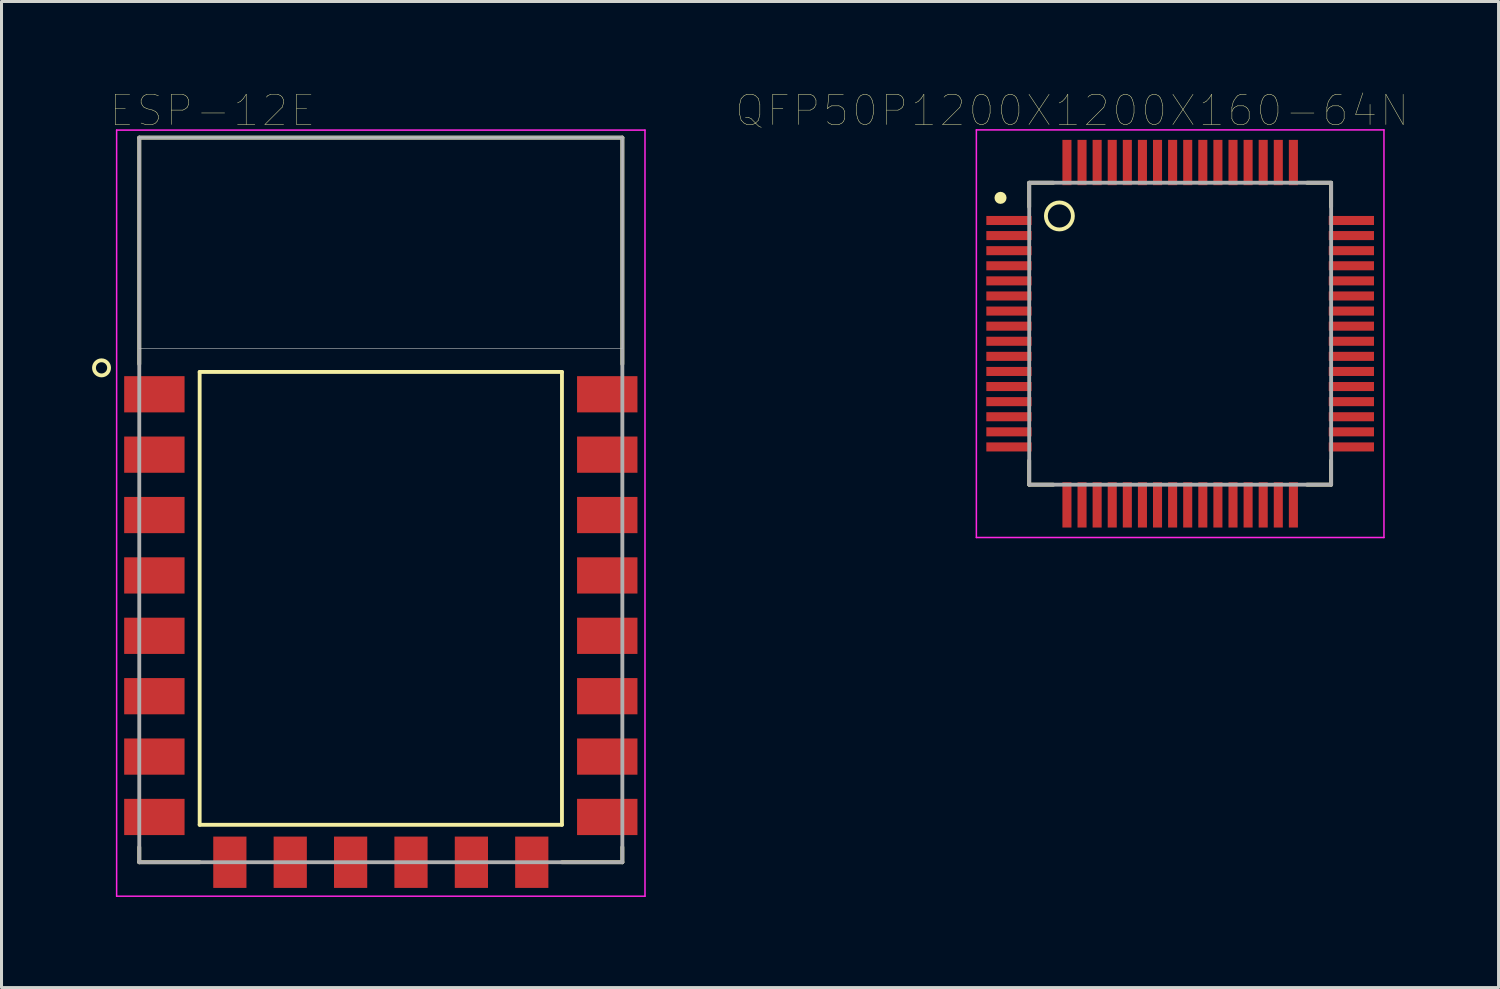
<source format=kicad_pcb>
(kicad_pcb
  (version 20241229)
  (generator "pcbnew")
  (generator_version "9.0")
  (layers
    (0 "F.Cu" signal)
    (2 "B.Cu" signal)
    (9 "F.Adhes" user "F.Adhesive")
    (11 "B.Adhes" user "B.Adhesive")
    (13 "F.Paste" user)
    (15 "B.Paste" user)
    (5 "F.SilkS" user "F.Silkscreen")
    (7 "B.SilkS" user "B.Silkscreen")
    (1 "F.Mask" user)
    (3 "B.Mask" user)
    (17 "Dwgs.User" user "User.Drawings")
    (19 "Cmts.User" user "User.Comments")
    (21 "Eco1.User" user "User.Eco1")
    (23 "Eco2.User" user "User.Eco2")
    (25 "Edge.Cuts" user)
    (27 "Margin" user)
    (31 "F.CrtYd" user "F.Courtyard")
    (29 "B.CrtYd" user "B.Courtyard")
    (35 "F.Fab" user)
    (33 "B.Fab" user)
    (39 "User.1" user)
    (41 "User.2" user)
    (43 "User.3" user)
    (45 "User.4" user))
  (footprint "QFP50P1200X1200X160-64N"
    (layer "F.Cu")
    (at 36.039 8.003)
    (property "Reference" "QFP50P1200X1200X160-64N" (at -3.578 -7.391 0) (layer "F.SilkS") (effects (font (size 1.001 1.001) (thickness 0.015))))
    (attr through_hole)
    (fp_line (start -5 -5) (end -5 -4.2) (stroke (width 0.127) (type solid)) (layer "F.SilkS"))
    (fp_line (start -5 4.2) (end -5 5) (stroke (width 0.127) (type solid)) (layer "F.SilkS"))
    (fp_line (start -5 5) (end -4.2 5) (stroke (width 0.127) (type solid)) (layer "F.SilkS"))
    (fp_line (start -4.2 -5) (end -5 -5) (stroke (width 0.127) (type solid)) (layer "F.SilkS"))
    (fp_line (start 4.2 5) (end 5 5) (stroke (width 0.127) (type solid)) (layer "F.SilkS"))
    (fp_line (start 5 -5) (end 4.2 -5) (stroke (width 0.127) (type solid)) (layer "F.SilkS"))
    (fp_line (start 5 -4.2) (end 5 -5) (stroke (width 0.127) (type solid)) (layer "F.SilkS"))
    (fp_line (start 5 5) (end 5 4.2) (stroke (width 0.127) (type solid)) (layer "F.SilkS"))
    (fp_circle (center -5.95 -4.5) (end -5.85 -4.5) (stroke (width 0.2) (type solid)) (fill no) (layer "F.SilkS"))
    (fp_circle (center -4 -3.9) (end -3.553 -3.9) (stroke (width 0.127) (type solid)) (fill no) (layer "F.SilkS"))
    (fp_line (start -6.75 -6.75) (end 6.75 -6.75) (stroke (width 0.05) (type solid)) (layer "F.CrtYd"))
    (fp_line (start -6.75 6.75) (end -6.75 -6.75) (stroke (width 0.05) (type solid)) (layer "F.CrtYd"))
    (fp_line (start 6.75 -6.75) (end 6.75 6.75) (stroke (width 0.05) (type solid)) (layer "F.CrtYd"))
    (fp_line (start 6.75 6.75) (end -6.75 6.75) (stroke (width 0.05) (type solid)) (layer "F.CrtYd"))
    (fp_line (start -5 -5) (end 5 -5) (stroke (width 0.127) (type solid)) (layer "F.Fab"))
    (fp_line (start -5 5) (end -5 -5) (stroke (width 0.127) (type solid)) (layer "F.Fab"))
    (fp_line (start 5 -5) (end 5 5) (stroke (width 0.127) (type solid)) (layer "F.Fab"))
    (fp_line (start 5 5) (end -5 5) (stroke (width 0.127) (type solid)) (layer "F.Fab"))
    (pad "1" smd rect (at -5.67 -3.75) (size 1.5 0.3) (layers "F.Cu" "F.Mask" "F.Paste"))
    (pad "2" smd rect (at -5.67 -3.25) (size 1.5 0.3) (layers "F.Cu" "F.Mask" "F.Paste"))
    (pad "3" smd rect (at -5.67 -2.75) (size 1.5 0.3) (layers "F.Cu" "F.Mask" "F.Paste"))
    (pad "4" smd rect (at -5.67 -2.25) (size 1.5 0.3) (layers "F.Cu" "F.Mask" "F.Paste"))
    (pad "5" smd rect (at -5.67 -1.75) (size 1.5 0.3) (layers "F.Cu" "F.Mask" "F.Paste"))
    (pad "6" smd rect (at -5.67 -1.25) (size 1.5 0.3) (layers "F.Cu" "F.Mask" "F.Paste"))
    (pad "7" smd rect (at -5.67 -0.75) (size 1.5 0.3) (layers "F.Cu" "F.Mask" "F.Paste"))
    (pad "8" smd rect (at -5.67 -0.25) (size 1.5 0.3) (layers "F.Cu" "F.Mask" "F.Paste"))
    (pad "9" smd rect (at -5.67 0.25) (size 1.5 0.3) (layers "F.Cu" "F.Mask" "F.Paste"))
    (pad "10" smd rect (at -5.67 0.75) (size 1.5 0.3) (layers "F.Cu" "F.Mask" "F.Paste"))
    (pad "11" smd rect (at -5.67 1.25) (size 1.5 0.3) (layers "F.Cu" "F.Mask" "F.Paste"))
    (pad "12" smd rect (at -5.67 1.75) (size 1.5 0.3) (layers "F.Cu" "F.Mask" "F.Paste"))
    (pad "13" smd rect (at -5.67 2.25) (size 1.5 0.3) (layers "F.Cu" "F.Mask" "F.Paste"))
    (pad "14" smd rect (at -5.67 2.75) (size 1.5 0.3) (layers "F.Cu" "F.Mask" "F.Paste"))
    (pad "15" smd rect (at -5.67 3.25) (size 1.5 0.3) (layers "F.Cu" "F.Mask" "F.Paste"))
    (pad "16" smd rect (at -5.67 3.75) (size 1.5 0.3) (layers "F.Cu" "F.Mask" "F.Paste"))
    (pad "17" smd rect (at -3.75 5.67) (size 0.3 1.5) (layers "F.Cu" "F.Mask" "F.Paste"))
    (pad "18" smd rect (at -3.25 5.67) (size 0.3 1.5) (layers "F.Cu" "F.Mask" "F.Paste"))
    (pad "19" smd rect (at -2.75 5.67) (size 0.3 1.5) (layers "F.Cu" "F.Mask" "F.Paste"))
    (pad "20" smd rect (at -2.25 5.67) (size 0.3 1.5) (layers "F.Cu" "F.Mask" "F.Paste"))
    (pad "21" smd rect (at -1.75 5.67) (size 0.3 1.5) (layers "F.Cu" "F.Mask" "F.Paste"))
    (pad "22" smd rect (at -1.25 5.67) (size 0.3 1.5) (layers "F.Cu" "F.Mask" "F.Paste"))
    (pad "23" smd rect (at -0.75 5.67) (size 0.3 1.5) (layers "F.Cu" "F.Mask" "F.Paste"))
    (pad "24" smd rect (at -0.25 5.67) (size 0.3 1.5) (layers "F.Cu" "F.Mask" "F.Paste"))
    (pad "25" smd rect (at 0.25 5.67) (size 0.3 1.5) (layers "F.Cu" "F.Mask" "F.Paste"))
    (pad "26" smd rect (at 0.75 5.67) (size 0.3 1.5) (layers "F.Cu" "F.Mask" "F.Paste"))
    (pad "27" smd rect (at 1.25 5.67) (size 0.3 1.5) (layers "F.Cu" "F.Mask" "F.Paste"))
    (pad "28" smd rect (at 1.75 5.67) (size 0.3 1.5) (layers "F.Cu" "F.Mask" "F.Paste"))
    (pad "29" smd rect (at 2.25 5.67) (size 0.3 1.5) (layers "F.Cu" "F.Mask" "F.Paste"))
    (pad "30" smd rect (at 2.75 5.67) (size 0.3 1.5) (layers "F.Cu" "F.Mask" "F.Paste"))
    (pad "31" smd rect (at 3.25 5.67) (size 0.3 1.5) (layers "F.Cu" "F.Mask" "F.Paste"))
    (pad "32" smd rect (at 3.75 5.67) (size 0.3 1.5) (layers "F.Cu" "F.Mask" "F.Paste"))
    (pad "33" smd rect (at 5.67 3.75) (size 1.5 0.3) (layers "F.Cu" "F.Mask" "F.Paste"))
    (pad "34" smd rect (at 5.67 3.25) (size 1.5 0.3) (layers "F.Cu" "F.Mask" "F.Paste"))
    (pad "35" smd rect (at 5.67 2.75) (size 1.5 0.3) (layers "F.Cu" "F.Mask" "F.Paste"))
    (pad "36" smd rect (at 5.67 2.25) (size 1.5 0.3) (layers "F.Cu" "F.Mask" "F.Paste"))
    (pad "37" smd rect (at 5.67 1.75) (size 1.5 0.3) (layers "F.Cu" "F.Mask" "F.Paste"))
    (pad "38" smd rect (at 5.67 1.25) (size 1.5 0.3) (layers "F.Cu" "F.Mask" "F.Paste"))
    (pad "39" smd rect (at 5.67 0.75) (size 1.5 0.3) (layers "F.Cu" "F.Mask" "F.Paste"))
    (pad "40" smd rect (at 5.67 0.25) (size 1.5 0.3) (layers "F.Cu" "F.Mask" "F.Paste"))
    (pad "41" smd rect (at 5.67 -0.25) (size 1.5 0.3) (layers "F.Cu" "F.Mask" "F.Paste"))
    (pad "42" smd rect (at 5.67 -0.75) (size 1.5 0.3) (layers "F.Cu" "F.Mask" "F.Paste"))
    (pad "43" smd rect (at 5.67 -1.25) (size 1.5 0.3) (layers "F.Cu" "F.Mask" "F.Paste"))
    (pad "44" smd rect (at 5.67 -1.75) (size 1.5 0.3) (layers "F.Cu" "F.Mask" "F.Paste"))
    (pad "45" smd rect (at 5.67 -2.25) (size 1.5 0.3) (layers "F.Cu" "F.Mask" "F.Paste"))
    (pad "46" smd rect (at 5.67 -2.75) (size 1.5 0.3) (layers "F.Cu" "F.Mask" "F.Paste"))
    (pad "47" smd rect (at 5.67 -3.25) (size 1.5 0.3) (layers "F.Cu" "F.Mask" "F.Paste"))
    (pad "48" smd rect (at 5.67 -3.75) (size 1.5 0.3) (layers "F.Cu" "F.Mask" "F.Paste"))
    (pad "49" smd rect (at 3.75 -5.67) (size 0.3 1.5) (layers "F.Cu" "F.Mask" "F.Paste"))
    (pad "50" smd rect (at 3.25 -5.67) (size 0.3 1.5) (layers "F.Cu" "F.Mask" "F.Paste"))
    (pad "51" smd rect (at 2.75 -5.67) (size 0.3 1.5) (layers "F.Cu" "F.Mask" "F.Paste"))
    (pad "52" smd rect (at 2.25 -5.67) (size 0.3 1.5) (layers "F.Cu" "F.Mask" "F.Paste"))
    (pad "53" smd rect (at 1.75 -5.67) (size 0.3 1.5) (layers "F.Cu" "F.Mask" "F.Paste"))
    (pad "54" smd rect (at 1.25 -5.67) (size 0.3 1.5) (layers "F.Cu" "F.Mask" "F.Paste"))
    (pad "55" smd rect (at 0.75 -5.67) (size 0.3 1.5) (layers "F.Cu" "F.Mask" "F.Paste"))
    (pad "56" smd rect (at 0.25 -5.67) (size 0.3 1.5) (layers "F.Cu" "F.Mask" "F.Paste"))
    (pad "57" smd rect (at -0.25 -5.67) (size 0.3 1.5) (layers "F.Cu" "F.Mask" "F.Paste"))
    (pad "58" smd rect (at -0.75 -5.67) (size 0.3 1.5) (layers "F.Cu" "F.Mask" "F.Paste"))
    (pad "59" smd rect (at -1.25 -5.67) (size 0.3 1.5) (layers "F.Cu" "F.Mask" "F.Paste"))
    (pad "60" smd rect (at -1.75 -5.67) (size 0.3 1.5) (layers "F.Cu" "F.Mask" "F.Paste"))
    (pad "61" smd rect (at -2.25 -5.67) (size 0.3 1.5) (layers "F.Cu" "F.Mask" "F.Paste"))
    (pad "62" smd rect (at -2.75 -5.67) (size 0.3 1.5) (layers "F.Cu" "F.Mask" "F.Paste"))
    (pad "63" smd rect (at -3.25 -5.67) (size 0.3 1.5) (layers "F.Cu" "F.Mask" "F.Paste"))
    (pad "64" smd rect (at -3.75 -5.67) (size 0.3 1.5) (layers "F.Cu" "F.Mask" "F.Paste")))
  (footprint "ESP-12E"
    (layer "F.Cu")
    (at 9.563 17.009)
    (property "Reference" "ESP-12E" (at -5.579 -16.398 0) (layer "F.SilkS") (effects (font (size 1.001 1.001) (thickness 0.015))))
    (attr through_hole)
    (fp_line (start -8 -15.5) (end 8 -15.5) (stroke (width 0.127) (type solid)) (layer "F.SilkS"))
    (fp_line (start -8 -8) (end -8 -15.5) (stroke (width 0.127) (type solid)) (layer "F.SilkS"))
    (fp_line (start -8 8) (end -8 8.5) (stroke (width 0.127) (type solid)) (layer "F.SilkS"))
    (fp_line (start -8 8.5) (end -6 8.5) (stroke (width 0.127) (type solid)) (layer "F.SilkS"))
    (fp_line (start -6 -7.74) (end 6 -7.74) (stroke (width 0.127) (type solid)) (layer "F.SilkS"))
    (fp_line (start -6 7.26) (end -6 -7.74) (stroke (width 0.127) (type solid)) (layer "F.SilkS"))
    (fp_line (start 6 -7.74) (end 6 7.26) (stroke (width 0.127) (type solid)) (layer "F.SilkS"))
    (fp_line (start 6 7.26) (end -6 7.26) (stroke (width 0.127) (type solid)) (layer "F.SilkS"))
    (fp_line (start 8 -15.5) (end 8 -8) (stroke (width 0.127) (type solid)) (layer "F.SilkS"))
    (fp_line (start 8 8) (end 8 8.5) (stroke (width 0.127) (type solid)) (layer "F.SilkS"))
    (fp_line (start 8 8.5) (end 6 8.5) (stroke (width 0.127) (type solid)) (layer "F.SilkS"))
    (fp_circle (center -9.25 -7.875) (end -9 -7.875) (stroke (width 0.127) (type solid)) (fill no) (layer "F.SilkS"))
    (fp_poly (pts (xy -8.009 -15.5) (xy 8 -15.5) (xy 8 -8.51) (xy -8.009 -8.51)) (stroke (width 0.01) (type solid)) (fill no) (layer "Dwgs.User"))
    (fp_poly (pts (xy -8.009 -15.5) (xy 8 -15.5) (xy 8 -8.51) (xy -8.009 -8.51)) (stroke (width 0.01) (type solid)) (fill no) (layer "Dwgs.User"))
    (fp_line (start -8.75 -15.75) (end -8.75 9.625) (stroke (width 0.05) (type solid)) (layer "F.CrtYd"))
    (fp_line (start -8.75 9.625) (end 8.75 9.625) (stroke (width 0.05) (type solid)) (layer "F.CrtYd"))
    (fp_line (start 8.75 -15.75) (end -8.75 -15.75) (stroke (width 0.05) (type solid)) (layer "F.CrtYd"))
    (fp_line (start 8.75 9.625) (end 8.75 -15.75) (stroke (width 0.05) (type solid)) (layer "F.CrtYd"))
    (fp_line (start -8 -15.5) (end 8 -15.5) (stroke (width 0.127) (type solid)) (layer "F.Fab"))
    (fp_line (start -8 8.5) (end -8 -15.5) (stroke (width 0.127) (type solid)) (layer "F.Fab"))
    (fp_line (start 8 -15.5) (end 8 8.5) (stroke (width 0.127) (type solid)) (layer "F.Fab"))
    (fp_line (start 8 8.5) (end -8 8.5) (stroke (width 0.127) (type solid)) (layer "F.Fab"))
    (pad "1" smd rect (at -7.5 -7) (size 2 1.2) (layers "F.Cu" "F.Mask" "F.Paste"))
    (pad "2" smd rect (at -7.5 -5) (size 2 1.2) (layers "F.Cu" "F.Mask" "F.Paste"))
    (pad "3" smd rect (at -7.5 -3) (size 2 1.2) (layers "F.Cu" "F.Mask" "F.Paste"))
    (pad "4" smd rect (at -7.5 -1) (size 2 1.2) (layers "F.Cu" "F.Mask" "F.Paste"))
    (pad "5" smd rect (at -7.5 1) (size 2 1.2) (layers "F.Cu" "F.Mask" "F.Paste"))
    (pad "6" smd rect (at -7.5 3) (size 2 1.2) (layers "F.Cu" "F.Mask" "F.Paste"))
    (pad "7" smd rect (at -7.5 5) (size 2 1.2) (layers "F.Cu" "F.Mask" "F.Paste"))
    (pad "8" smd rect (at -7.5 7) (size 2 1.2) (layers "F.Cu" "F.Mask" "F.Paste"))
    (pad "9" smd rect (at -5 8.5) (size 1.1 1.7) (layers "F.Cu" "F.Mask" "F.Paste"))
    (pad "10" smd rect (at -3 8.5) (size 1.1 1.7) (layers "F.Cu" "F.Mask" "F.Paste"))
    (pad "11" smd rect (at -1 8.5) (size 1.1 1.7) (layers "F.Cu" "F.Mask" "F.Paste"))
    (pad "12" smd rect (at 1 8.5) (size 1.1 1.7) (layers "F.Cu" "F.Mask" "F.Paste"))
    (pad "13" smd rect (at 3 8.5) (size 1.1 1.7) (layers "F.Cu" "F.Mask" "F.Paste"))
    (pad "14" smd rect (at 5 8.5) (size 1.1 1.7) (layers "F.Cu" "F.Mask" "F.Paste"))
    (pad "15" smd rect (at 7.5 7) (size 2 1.2) (layers "F.Cu" "F.Mask" "F.Paste"))
    (pad "16" smd rect (at 7.5 5) (size 2 1.2) (layers "F.Cu" "F.Mask" "F.Paste"))
    (pad "17" smd rect (at 7.5 3) (size 2 1.2) (layers "F.Cu" "F.Mask" "F.Paste"))
    (pad "18" smd rect (at 7.5 1) (size 2 1.2) (layers "F.Cu" "F.Mask" "F.Paste"))
    (pad "19" smd rect (at 7.5 -1) (size 2 1.2) (layers "F.Cu" "F.Mask" "F.Paste"))
    (pad "20" smd rect (at 7.5 -3) (size 2 1.2) (layers "F.Cu" "F.Mask" "F.Paste"))
    (pad "21" smd rect (at 7.5 -5) (size 2 1.2) (layers "F.Cu" "F.Mask" "F.Paste"))
    (pad "22" smd rect (at 7.5 -7) (size 2 1.2) (layers "F.Cu" "F.Mask" "F.Paste")))
  (gr_rect
    (start -3 -3)
    (end 46.584 29.659)
    (stroke (width 0.1) (type default))
    (fill no)
    (layer "Edge.Cuts")))
</source>
